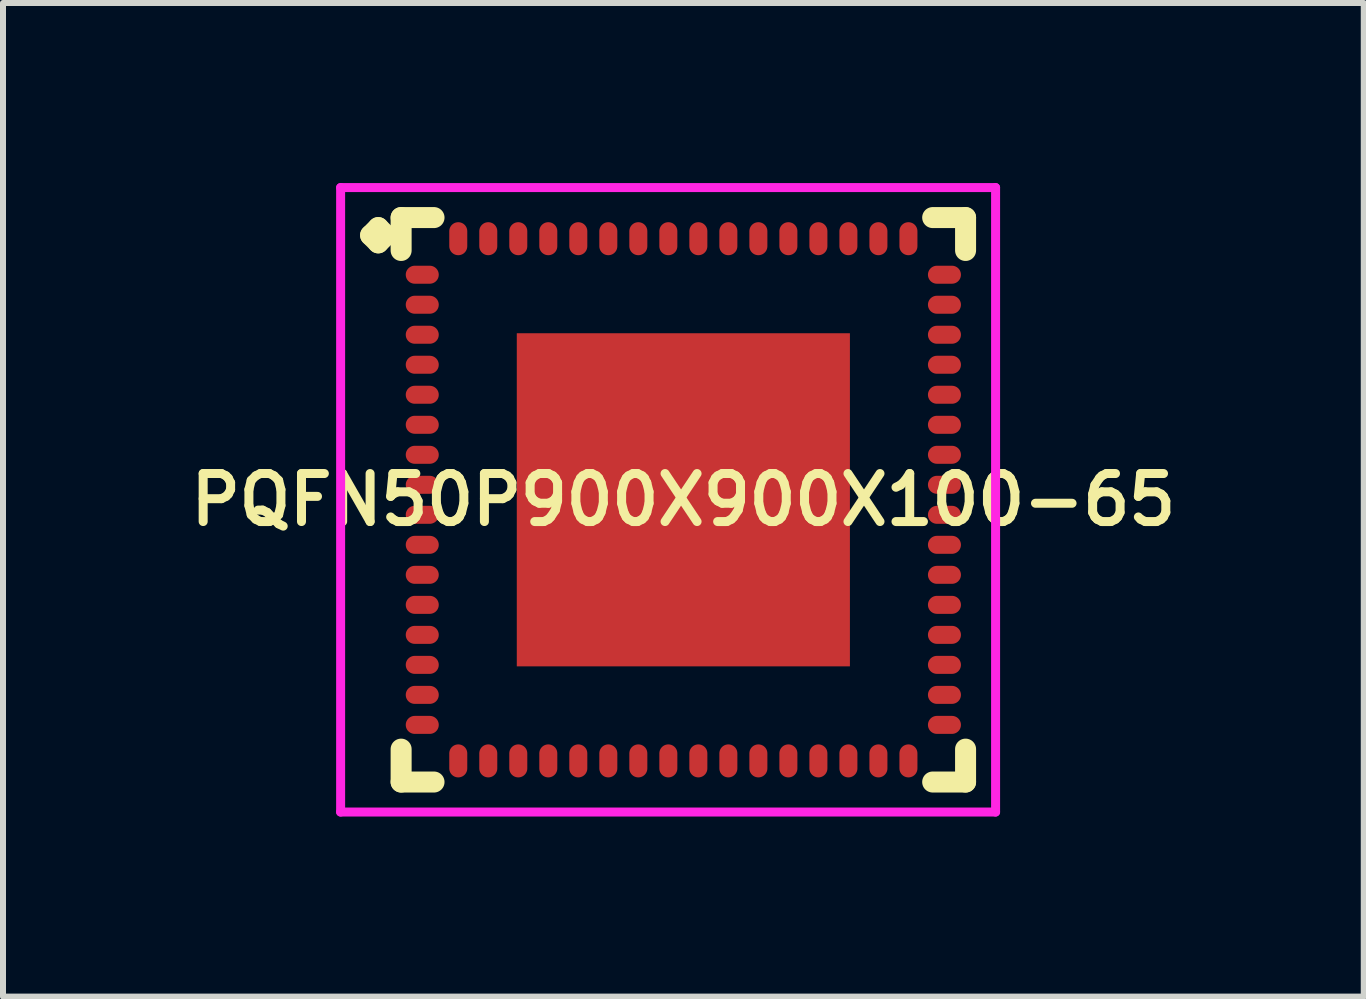
<source format=kicad_pcb>
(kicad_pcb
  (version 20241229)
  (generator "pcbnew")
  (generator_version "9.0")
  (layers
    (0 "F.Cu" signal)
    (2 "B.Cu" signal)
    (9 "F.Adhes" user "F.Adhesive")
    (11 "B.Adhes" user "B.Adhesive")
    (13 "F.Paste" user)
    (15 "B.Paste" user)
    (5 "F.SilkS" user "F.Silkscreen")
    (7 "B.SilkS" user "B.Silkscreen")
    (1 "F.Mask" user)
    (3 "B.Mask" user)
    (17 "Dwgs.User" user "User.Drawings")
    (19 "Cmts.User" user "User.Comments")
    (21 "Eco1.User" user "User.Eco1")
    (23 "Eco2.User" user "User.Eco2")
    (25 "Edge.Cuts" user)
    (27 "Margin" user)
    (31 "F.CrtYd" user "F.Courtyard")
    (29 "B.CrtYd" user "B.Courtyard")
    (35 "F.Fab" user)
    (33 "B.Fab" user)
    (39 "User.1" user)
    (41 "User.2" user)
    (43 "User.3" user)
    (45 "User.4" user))
  (footprint "PQFN50P900X900X100-65"
    (layer "F.Cu")
    (at 8.335 5.277)
    (property "Reference" "PQFN50P900X900X100-65" (at 0 0 0) (layer "F.SilkS") (effects (font (size 0.8 0.8) (thickness 0.15))))
    (attr smd)
    (fp_line (start -5.21 -4.408) (end -5.083 -4.535) (stroke (width 0.35) (type solid)) (layer "F.SilkS"))
    (fp_line (start -5.083 -4.535) (end -4.956 -4.408) (stroke (width 0.35) (type solid)) (layer "F.SilkS"))
    (fp_line (start -5.083 -4.281) (end -5.21 -4.408) (stroke (width 0.35) (type solid)) (layer "F.SilkS"))
    (fp_line (start -4.956 -4.408) (end -5.083 -4.281) (stroke (width 0.35) (type solid)) (layer "F.SilkS"))
    (fp_line (start -4.702 -4.702) (end -4.154 -4.702) (stroke (width 0.35) (type solid)) (layer "F.SilkS"))
    (fp_line (start -4.702 -4.154) (end -4.702 -4.702) (stroke (width 0.35) (type solid)) (layer "F.SilkS"))
    (fp_line (start -4.702 4.154) (end -4.702 4.702) (stroke (width 0.35) (type solid)) (layer "F.SilkS"))
    (fp_line (start -4.702 4.702) (end -4.154 4.702) (stroke (width 0.35) (type solid)) (layer "F.SilkS"))
    (fp_line (start 4.154 -4.702) (end 4.702 -4.702) (stroke (width 0.35) (type solid)) (layer "F.SilkS"))
    (fp_line (start 4.154 4.702) (end 4.702 4.702) (stroke (width 0.35) (type solid)) (layer "F.SilkS"))
    (fp_line (start 4.702 -4.702) (end 4.702 -4.154) (stroke (width 0.35) (type solid)) (layer "F.SilkS"))
    (fp_line (start 4.702 4.702) (end 4.702 4.154) (stroke (width 0.35) (type solid)) (layer "F.SilkS"))
    (fp_line (start -5.71 -5.202) (end 5.202 -5.202) (stroke (width 0.15) (type solid)) (layer "F.CrtYd"))
    (fp_line (start -5.71 5.202) (end -5.71 -5.202) (stroke (width 0.15) (type solid)) (layer "F.CrtYd"))
    (fp_line (start 5.202 -5.202) (end 5.202 5.202) (stroke (width 0.15) (type solid)) (layer "F.CrtYd"))
    (fp_line (start 5.202 5.202) (end -5.71 5.202) (stroke (width 0.15) (type solid)) (layer "F.CrtYd"))
    (pad "1" smd oval (at -4.35 -3.75) (size 0.55 0.3) (layers "F.Cu" "F.Mask" "F.Paste"))
    (pad "2" smd oval (at -4.35 -3.25) (size 0.55 0.3) (layers "F.Cu" "F.Mask" "F.Paste"))
    (pad "3" smd oval (at -4.35 -2.75) (size 0.55 0.3) (layers "F.Cu" "F.Mask" "F.Paste"))
    (pad "4" smd oval (at -4.35 -2.25) (size 0.55 0.3) (layers "F.Cu" "F.Mask" "F.Paste"))
    (pad "5" smd oval (at -4.35 -1.75) (size 0.55 0.3) (layers "F.Cu" "F.Mask" "F.Paste"))
    (pad "6" smd oval (at -4.35 -1.25) (size 0.55 0.3) (layers "F.Cu" "F.Mask" "F.Paste"))
    (pad "7" smd oval (at -4.35 -0.75) (size 0.55 0.3) (layers "F.Cu" "F.Mask" "F.Paste"))
    (pad "8" smd oval (at -4.35 -0.25) (size 0.55 0.3) (layers "F.Cu" "F.Mask" "F.Paste"))
    (pad "9" smd oval (at -4.35 0.25) (size 0.55 0.3) (layers "F.Cu" "F.Mask" "F.Paste"))
    (pad "10" smd oval (at -4.35 0.75) (size 0.55 0.3) (layers "F.Cu" "F.Mask" "F.Paste"))
    (pad "11" smd oval (at -4.35 1.25) (size 0.55 0.3) (layers "F.Cu" "F.Mask" "F.Paste"))
    (pad "12" smd oval (at -4.35 1.75) (size 0.55 0.3) (layers "F.Cu" "F.Mask" "F.Paste"))
    (pad "13" smd oval (at -4.35 2.25) (size 0.55 0.3) (layers "F.Cu" "F.Mask" "F.Paste"))
    (pad "14" smd oval (at -4.35 2.75) (size 0.55 0.3) (layers "F.Cu" "F.Mask" "F.Paste"))
    (pad "15" smd oval (at -4.35 3.25) (size 0.55 0.3) (layers "F.Cu" "F.Mask" "F.Paste"))
    (pad "16" smd oval (at -4.35 3.75) (size 0.55 0.3) (layers "F.Cu" "F.Mask" "F.Paste"))
    (pad "17" smd oval (at -3.75 4.35) (size 0.3 0.55) (layers "F.Cu" "F.Mask" "F.Paste"))
    (pad "18" smd oval (at -3.25 4.35) (size 0.3 0.55) (layers "F.Cu" "F.Mask" "F.Paste"))
    (pad "19" smd oval (at -2.75 4.35) (size 0.3 0.55) (layers "F.Cu" "F.Mask" "F.Paste"))
    (pad "20" smd oval (at -2.25 4.35) (size 0.3 0.55) (layers "F.Cu" "F.Mask" "F.Paste"))
    (pad "21" smd oval (at -1.75 4.35) (size 0.3 0.55) (layers "F.Cu" "F.Mask" "F.Paste"))
    (pad "22" smd oval (at -1.25 4.35) (size 0.3 0.55) (layers "F.Cu" "F.Mask" "F.Paste"))
    (pad "23" smd oval (at -0.75 4.35) (size 0.3 0.55) (layers "F.Cu" "F.Mask" "F.Paste"))
    (pad "24" smd oval (at -0.25 4.35) (size 0.3 0.55) (layers "F.Cu" "F.Mask" "F.Paste"))
    (pad "25" smd oval (at 0.25 4.35) (size 0.3 0.55) (layers "F.Cu" "F.Mask" "F.Paste"))
    (pad "26" smd oval (at 0.75 4.35) (size 0.3 0.55) (layers "F.Cu" "F.Mask" "F.Paste"))
    (pad "27" smd oval (at 1.25 4.35) (size 0.3 0.55) (layers "F.Cu" "F.Mask" "F.Paste"))
    (pad "28" smd oval (at 1.75 4.35) (size 0.3 0.55) (layers "F.Cu" "F.Mask" "F.Paste"))
    (pad "29" smd oval (at 2.25 4.35) (size 0.3 0.55) (layers "F.Cu" "F.Mask" "F.Paste"))
    (pad "30" smd oval (at 2.75 4.35) (size 0.3 0.55) (layers "F.Cu" "F.Mask" "F.Paste"))
    (pad "31" smd oval (at 3.25 4.35) (size 0.3 0.55) (layers "F.Cu" "F.Mask" "F.Paste"))
    (pad "32" smd oval (at 3.75 4.35) (size 0.3 0.55) (layers "F.Cu" "F.Mask" "F.Paste"))
    (pad "33" smd oval (at 4.35 3.75) (size 0.55 0.3) (layers "F.Cu" "F.Mask" "F.Paste"))
    (pad "34" smd oval (at 4.35 3.25) (size 0.55 0.3) (layers "F.Cu" "F.Mask" "F.Paste"))
    (pad "35" smd oval (at 4.35 2.75) (size 0.55 0.3) (layers "F.Cu" "F.Mask" "F.Paste"))
    (pad "36" smd oval (at 4.35 2.25) (size 0.55 0.3) (layers "F.Cu" "F.Mask" "F.Paste"))
    (pad "37" smd oval (at 4.35 1.75) (size 0.55 0.3) (layers "F.Cu" "F.Mask" "F.Paste"))
    (pad "38" smd oval (at 4.35 1.25) (size 0.55 0.3) (layers "F.Cu" "F.Mask" "F.Paste"))
    (pad "39" smd oval (at 4.35 0.75) (size 0.55 0.3) (layers "F.Cu" "F.Mask" "F.Paste"))
    (pad "40" smd oval (at 4.35 0.25) (size 0.55 0.3) (layers "F.Cu" "F.Mask" "F.Paste"))
    (pad "41" smd oval (at 4.35 -0.25) (size 0.55 0.3) (layers "F.Cu" "F.Mask" "F.Paste"))
    (pad "42" smd oval (at 4.35 -0.75) (size 0.55 0.3) (layers "F.Cu" "F.Mask" "F.Paste"))
    (pad "43" smd oval (at 4.35 -1.25) (size 0.55 0.3) (layers "F.Cu" "F.Mask" "F.Paste"))
    (pad "44" smd oval (at 4.35 -1.75) (size 0.55 0.3) (layers "F.Cu" "F.Mask" "F.Paste"))
    (pad "45" smd oval (at 4.35 -2.25) (size 0.55 0.3) (layers "F.Cu" "F.Mask" "F.Paste"))
    (pad "46" smd oval (at 4.35 -2.75) (size 0.55 0.3) (layers "F.Cu" "F.Mask" "F.Paste"))
    (pad "47" smd oval (at 4.35 -3.25) (size 0.55 0.3) (layers "F.Cu" "F.Mask" "F.Paste"))
    (pad "48" smd oval (at 4.35 -3.75) (size 0.55 0.3) (layers "F.Cu" "F.Mask" "F.Paste"))
    (pad "49" smd oval (at 3.75 -4.35) (size 0.3 0.55) (layers "F.Cu" "F.Mask" "F.Paste"))
    (pad "50" smd oval (at 3.25 -4.35) (size 0.3 0.55) (layers "F.Cu" "F.Mask" "F.Paste"))
    (pad "51" smd oval (at 2.75 -4.35) (size 0.3 0.55) (layers "F.Cu" "F.Mask" "F.Paste"))
    (pad "52" smd oval (at 2.25 -4.35) (size 0.3 0.55) (layers "F.Cu" "F.Mask" "F.Paste"))
    (pad "53" smd oval (at 1.75 -4.35) (size 0.3 0.55) (layers "F.Cu" "F.Mask" "F.Paste"))
    (pad "54" smd oval (at 1.25 -4.35) (size 0.3 0.55) (layers "F.Cu" "F.Mask" "F.Paste"))
    (pad "55" smd oval (at 0.75 -4.35) (size 0.3 0.55) (layers "F.Cu" "F.Mask" "F.Paste"))
    (pad "56" smd oval (at 0.25 -4.35) (size 0.3 0.55) (layers "F.Cu" "F.Mask" "F.Paste"))
    (pad "57" smd oval (at -0.25 -4.35) (size 0.3 0.55) (layers "F.Cu" "F.Mask" "F.Paste"))
    (pad "58" smd oval (at -0.75 -4.35) (size 0.3 0.55) (layers "F.Cu" "F.Mask" "F.Paste"))
    (pad "59" smd oval (at -1.25 -4.35) (size 0.3 0.55) (layers "F.Cu" "F.Mask" "F.Paste"))
    (pad "60" smd oval (at -1.75 -4.35) (size 0.3 0.55) (layers "F.Cu" "F.Mask" "F.Paste"))
    (pad "61" smd oval (at -2.25 -4.35) (size 0.3 0.55) (layers "F.Cu" "F.Mask" "F.Paste"))
    (pad "62" smd oval (at -2.75 -4.35) (size 0.3 0.55) (layers "F.Cu" "F.Mask" "F.Paste"))
    (pad "63" smd oval (at -3.25 -4.35) (size 0.3 0.55) (layers "F.Cu" "F.Mask" "F.Paste"))
    (pad "64" smd oval (at -3.75 -4.35) (size 0.3 0.55) (layers "F.Cu" "F.Mask" "F.Paste"))
    (pad "65" smd rect (at 0 0) (size 5.55 5.55) (layers "F.Cu" "F.Mask" "F.Paste")))
  (gr_rect
    (start -3 -3)
    (end 19.671 13.554)
    (stroke (width 0.1) (type default))
    (fill no)
    (layer "Edge.Cuts")))
</source>
